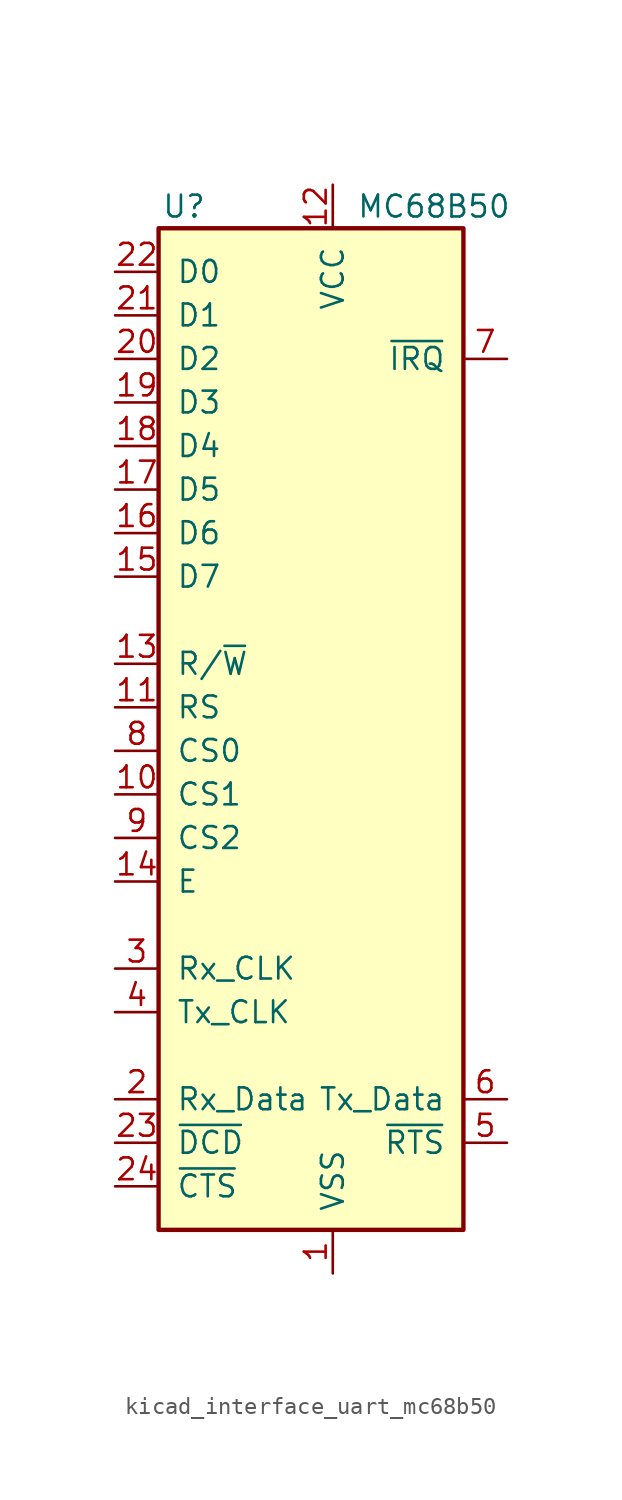
<source format=kicad_sym>
(kicad_symbol_lib
  (version 20220914)
  (generator kicad_symbol_editor)
  (symbol "kicad_interface_uart_mc68b50"
    (pin_names
      (offset 1.016))
    (property "Reference" "U"
      (at -7.366 31.75 0)
      (effects (font (size 1.27 1.27)) (justify right)))
    (property "Value" "MC68B50"
      (at 10.414 31.75 0)
      (effects (font (size 1.27 1.27)) (justify right)))
    (symbol "kicad_interface_uart_mc68b50_1_1"
      (rectangle (start -10.16 -27.94) (end 7.62 30.48) (stroke (width 0.254) (type default)) (fill (type background)))
      (pin power_in line (at 0 -30.48 90) (length 2.54) (name "VSS" (effects (font (size 1.27 1.27)))) (number "1" (effects (font (size 1.27 1.27)))))
      (pin input line (at -12.7 -2.54 0) (length 2.54) (name "CS1" (effects (font (size 1.27 1.27)))) (number "10" (effects (font (size 1.27 1.27)))))
      (pin input line (at -12.7 2.54 0) (length 2.54) (name "RS" (effects (font (size 1.27 1.27)))) (number "11" (effects (font (size 1.27 1.27)))))
      (pin power_in line (at 0 33.02 270) (length 2.54) (name "VCC" (effects (font (size 1.27 1.27)))) (number "12" (effects (font (size 1.27 1.27)))))
      (pin input line (at -12.7 5.08 0) (length 2.54) (name "R/~{W}" (effects (font (size 1.27 1.27)))) (number "13" (effects (font (size 1.27 1.27)))))
      (pin input line (at -12.7 -7.62 0) (length 2.54) (name "E" (effects (font (size 1.27 1.27)))) (number "14" (effects (font (size 1.27 1.27)))))
      (pin bidirectional line (at -12.7 10.16 0) (length 2.54) (name "D7" (effects (font (size 1.27 1.27)))) (number "15" (effects (font (size 1.27 1.27)))))
      (pin bidirectional line (at -12.7 12.7 0) (length 2.54) (name "D6" (effects (font (size 1.27 1.27)))) (number "16" (effects (font (size 1.27 1.27)))))
      (pin bidirectional line (at -12.7 15.24 0) (length 2.54) (name "D5" (effects (font (size 1.27 1.27)))) (number "17" (effects (font (size 1.27 1.27)))))
      (pin bidirectional line (at -12.7 17.78 0) (length 2.54) (name "D4" (effects (font (size 1.27 1.27)))) (number "18" (effects (font (size 1.27 1.27)))))
      (pin bidirectional line (at -12.7 20.32 0) (length 2.54) (name "D3" (effects (font (size 1.27 1.27)))) (number "19" (effects (font (size 1.27 1.27)))))
      (pin input line (at -12.7 -20.32 0) (length 2.54) (name "Rx_Data" (effects (font (size 1.27 1.27)))) (number "2" (effects (font (size 1.27 1.27)))))
      (pin bidirectional line (at -12.7 22.86 0) (length 2.54) (name "D2" (effects (font (size 1.27 1.27)))) (number "20" (effects (font (size 1.27 1.27)))))
      (pin bidirectional line (at -12.7 25.4 0) (length 2.54) (name "D1" (effects (font (size 1.27 1.27)))) (number "21" (effects (font (size 1.27 1.27)))))
      (pin bidirectional line (at -12.7 27.94 0) (length 2.54) (name "D0" (effects (font (size 1.27 1.27)))) (number "22" (effects (font (size 1.27 1.27)))))
      (pin input line (at -12.7 -22.86 0) (length 2.54) (name "~{DCD}" (effects (font (size 1.27 1.27)))) (number "23" (effects (font (size 1.27 1.27)))))
      (pin input line (at -12.7 -25.4 0) (length 2.54) (name "~{CTS}" (effects (font (size 1.27 1.27)))) (number "24" (effects (font (size 1.27 1.27)))))
      (pin input line (at -12.7 -12.7 0) (length 2.54) (name "Rx_CLK" (effects (font (size 1.27 1.27)))) (number "3" (effects (font (size 1.27 1.27)))))
      (pin input line (at -12.7 -15.24 0) (length 2.54) (name "Tx_CLK" (effects (font (size 1.27 1.27)))) (number "4" (effects (font (size 1.27 1.27)))))
      (pin output line (at 10.16 -22.86 180) (length 2.54) (name "~{RTS}" (effects (font (size 1.27 1.27)))) (number "5" (effects (font (size 1.27 1.27)))))
      (pin output line (at 10.16 -20.32 180) (length 2.54) (name "Tx_Data" (effects (font (size 1.27 1.27)))) (number "6" (effects (font (size 1.27 1.27)))))
      (pin output line (at 10.16 22.86 180) (length 2.54) (name "~{IRQ}" (effects (font (size 1.27 1.27)))) (number "7" (effects (font (size 1.27 1.27)))))
      (pin input line (at -12.7 0 0) (length 2.54) (name "CS0" (effects (font (size 1.27 1.27)))) (number "8" (effects (font (size 1.27 1.27)))))
      (pin input line (at -12.7 -5.08 0) (length 2.54) (name "CS2" (effects (font (size 1.27 1.27)))) (number "9" (effects (font (size 1.27 1.27))))))))
</source>
